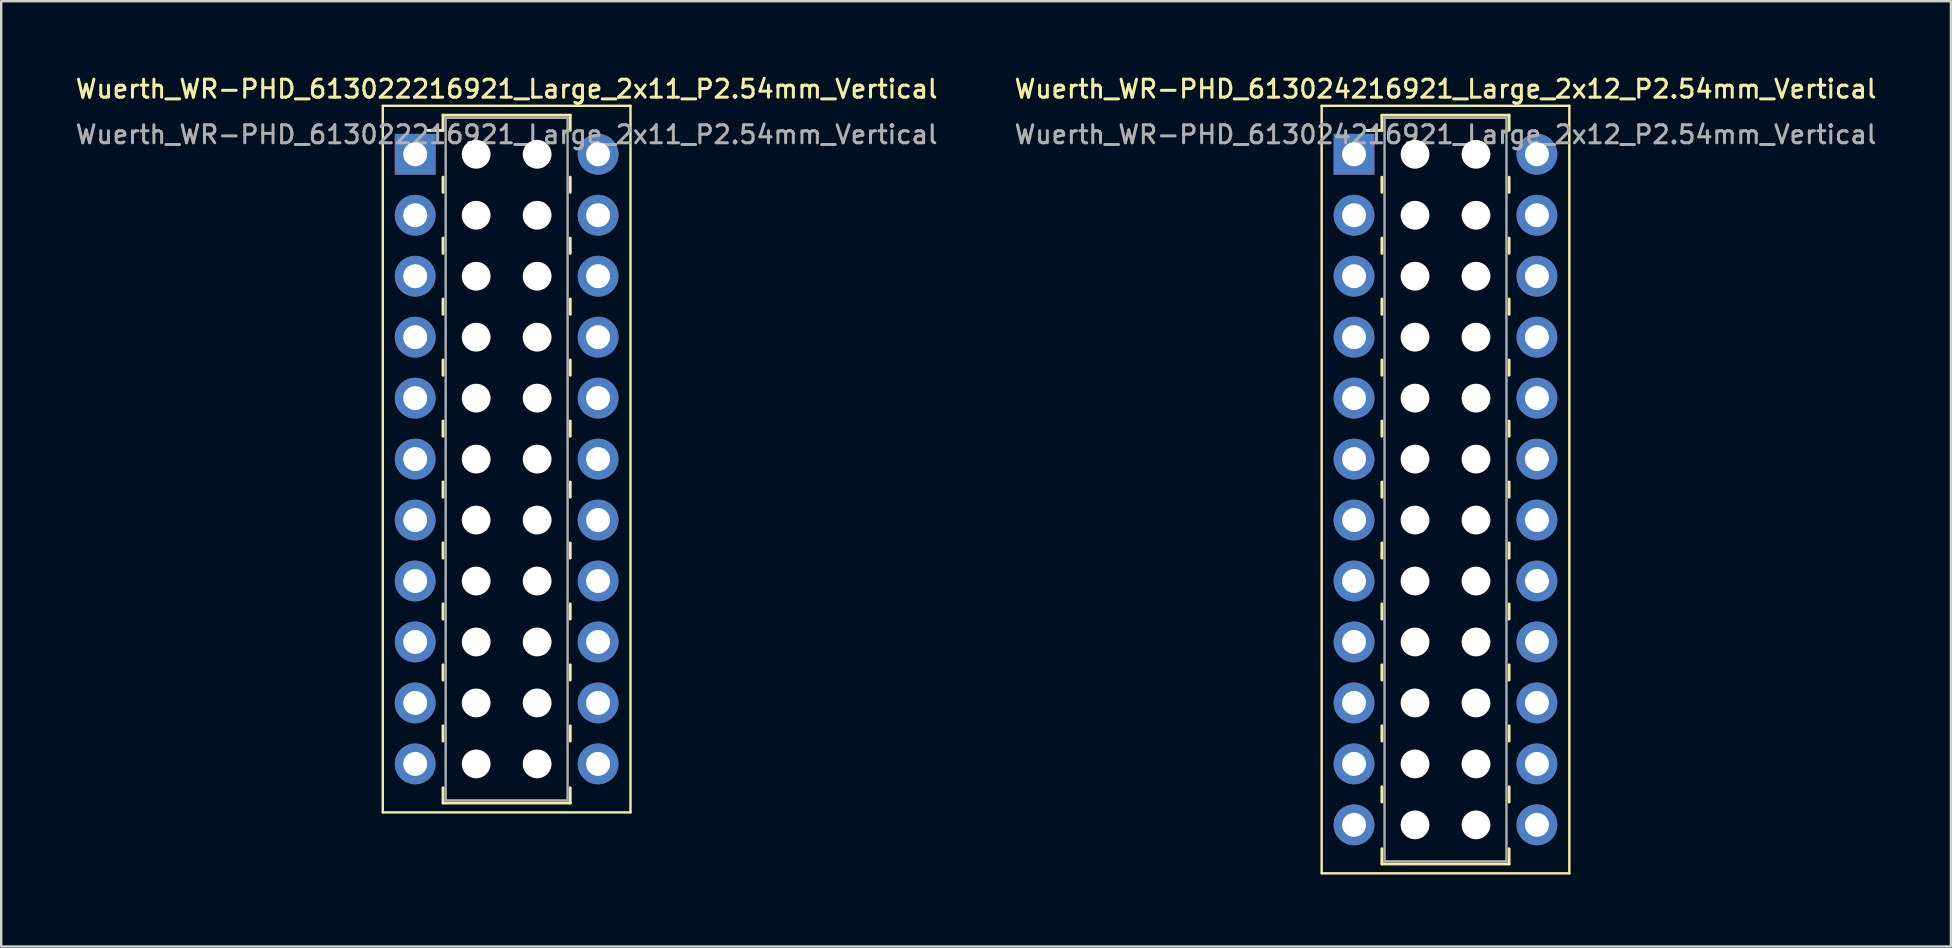
<source format=kicad_pcb>
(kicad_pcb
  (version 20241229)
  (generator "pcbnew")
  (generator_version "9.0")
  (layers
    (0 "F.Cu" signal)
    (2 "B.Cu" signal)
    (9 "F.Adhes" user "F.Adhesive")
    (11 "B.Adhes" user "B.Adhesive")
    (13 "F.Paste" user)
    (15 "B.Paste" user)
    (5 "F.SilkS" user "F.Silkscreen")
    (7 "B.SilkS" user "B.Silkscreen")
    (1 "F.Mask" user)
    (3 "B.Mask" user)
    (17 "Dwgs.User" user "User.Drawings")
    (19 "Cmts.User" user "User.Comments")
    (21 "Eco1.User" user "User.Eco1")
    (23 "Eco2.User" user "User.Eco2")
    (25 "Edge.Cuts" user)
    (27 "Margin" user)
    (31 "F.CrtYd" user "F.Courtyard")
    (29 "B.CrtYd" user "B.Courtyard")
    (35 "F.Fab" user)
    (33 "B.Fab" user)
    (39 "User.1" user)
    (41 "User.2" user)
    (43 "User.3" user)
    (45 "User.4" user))
  (footprint "Wuerth_WR-PHD_613022216921_Large_2x11_P2.54mm_Vertical"
    (layer "F.Cu")
    (at 14.249 3.378)
    (property "Reference" "Wuerth_WR-PHD_613022216921_Large_2x11_P2.54mm_Vertical" (at 3.81 -2.72 0) (layer "F.SilkS") (effects (font (size 0.75 0.75) (thickness 0.125))))
    (attr through_hole)
    (fp_line (start -1.35 -2.02) (end -1.35 27.42) (stroke (width 0.1) (type solid)) (layer "F.SilkS"))
    (fp_line (start -1.35 27.42) (end 8.97 27.42) (stroke (width 0.1) (type solid)) (layer "F.SilkS"))
    (fp_line (start 1.16 -1.63) (end 1.16 -0.995) (stroke (width 0.12) (type solid)) (layer "F.SilkS"))
    (fp_line (start 1.16 -1.63) (end 6.46 -1.63) (stroke (width 0.12) (type solid)) (layer "F.SilkS"))
    (fp_line (start 1.16 -0.995) (end 0.525 -0.995) (stroke (width 0.12) (type solid)) (layer "F.SilkS"))
    (fp_line (start 1.16 0.953) (end 1.16 1.587) (stroke (width 0.12) (type solid)) (layer "F.SilkS"))
    (fp_line (start 1.16 3.493) (end 1.16 4.128) (stroke (width 0.12) (type solid)) (layer "F.SilkS"))
    (fp_line (start 1.16 6.032) (end 1.16 6.668) (stroke (width 0.12) (type solid)) (layer "F.SilkS"))
    (fp_line (start 1.16 8.572) (end 1.16 9.207) (stroke (width 0.12) (type solid)) (layer "F.SilkS"))
    (fp_line (start 1.16 11.113) (end 1.16 11.748) (stroke (width 0.12) (type solid)) (layer "F.SilkS"))
    (fp_line (start 1.16 13.652) (end 1.16 14.287) (stroke (width 0.12) (type solid)) (layer "F.SilkS"))
    (fp_line (start 1.16 16.192) (end 1.16 16.828) (stroke (width 0.12) (type solid)) (layer "F.SilkS"))
    (fp_line (start 1.16 18.733) (end 1.16 19.367) (stroke (width 0.12) (type solid)) (layer "F.SilkS"))
    (fp_line (start 1.16 21.273) (end 1.16 21.907) (stroke (width 0.12) (type solid)) (layer "F.SilkS"))
    (fp_line (start 1.16 23.812) (end 1.16 24.448) (stroke (width 0.12) (type solid)) (layer "F.SilkS"))
    (fp_line (start 1.16 27.03) (end 1.16 26.395) (stroke (width 0.12) (type solid)) (layer "F.SilkS"))
    (fp_line (start 1.16 27.03) (end 6.46 27.03) (stroke (width 0.12) (type solid)) (layer "F.SilkS"))
    (fp_line (start 6.46 -1.63) (end 6.46 -0.995) (stroke (width 0.12) (type solid)) (layer "F.SilkS"))
    (fp_line (start 6.46 0.953) (end 6.46 1.587) (stroke (width 0.12) (type solid)) (layer "F.SilkS"))
    (fp_line (start 6.46 3.493) (end 6.46 4.128) (stroke (width 0.12) (type solid)) (layer "F.SilkS"))
    (fp_line (start 6.46 6.032) (end 6.46 6.668) (stroke (width 0.12) (type solid)) (layer "F.SilkS"))
    (fp_line (start 6.46 8.572) (end 6.46 9.207) (stroke (width 0.12) (type solid)) (layer "F.SilkS"))
    (fp_line (start 6.46 11.113) (end 6.46 11.748) (stroke (width 0.12) (type solid)) (layer "F.SilkS"))
    (fp_line (start 6.46 13.652) (end 6.46 14.287) (stroke (width 0.12) (type solid)) (layer "F.SilkS"))
    (fp_line (start 6.46 16.192) (end 6.46 16.828) (stroke (width 0.12) (type solid)) (layer "F.SilkS"))
    (fp_line (start 6.46 18.733) (end 6.46 19.367) (stroke (width 0.12) (type solid)) (layer "F.SilkS"))
    (fp_line (start 6.46 21.273) (end 6.46 21.907) (stroke (width 0.12) (type solid)) (layer "F.SilkS"))
    (fp_line (start 6.46 23.812) (end 6.46 24.448) (stroke (width 0.12) (type solid)) (layer "F.SilkS"))
    (fp_line (start 6.46 27.03) (end 6.46 26.395) (stroke (width 0.12) (type solid)) (layer "F.SilkS"))
    (fp_line (start 8.97 -2.02) (end -1.35 -2.02) (stroke (width 0.1) (type solid)) (layer "F.SilkS"))
    (fp_line (start 8.97 27.42) (end 8.97 -2.02) (stroke (width 0.1) (type solid)) (layer "F.SilkS"))
    (fp_line (start 1.27 -1.52) (end 1.27 26.92) (stroke (width 0.1) (type solid)) (layer "F.Fab"))
    (fp_line (start 1.27 26.92) (end 6.35 26.92) (stroke (width 0.1) (type solid)) (layer "F.Fab"))
    (fp_line (start 6.35 -1.52) (end 1.27 -1.52) (stroke (width 0.1) (type solid)) (layer "F.Fab"))
    (fp_line (start 6.35 26.92) (end 6.35 -1.52) (stroke (width 0.1) (type solid)) (layer "F.Fab"))
    (fp_text user "${REFERENCE}" (at 3.81 -0.82 0) (layer "F.Fab") (effects (font (size 0.75 0.75) (thickness 0.125))))
    (pad "" np_thru_hole circle (at 2.54 0) (size 1.2 1.2) (drill 1.2) (layers "*.Cu" "*.Mask"))
    (pad "" np_thru_hole circle (at 2.54 2.54) (size 1.2 1.2) (drill 1.2) (layers "*.Cu" "*.Mask"))
    (pad "" np_thru_hole circle (at 2.54 5.08) (size 1.2 1.2) (drill 1.2) (layers "*.Cu" "*.Mask"))
    (pad "" np_thru_hole circle (at 2.54 7.62) (size 1.2 1.2) (drill 1.2) (layers "*.Cu" "*.Mask"))
    (pad "" np_thru_hole circle (at 2.54 10.16) (size 1.2 1.2) (drill 1.2) (layers "*.Cu" "*.Mask"))
    (pad "" np_thru_hole circle (at 2.54 12.7) (size 1.2 1.2) (drill 1.2) (layers "*.Cu" "*.Mask"))
    (pad "" np_thru_hole circle (at 2.54 15.24) (size 1.2 1.2) (drill 1.2) (layers "*.Cu" "*.Mask"))
    (pad "" np_thru_hole circle (at 2.54 17.78) (size 1.2 1.2) (drill 1.2) (layers "*.Cu" "*.Mask"))
    (pad "" np_thru_hole circle (at 2.54 20.32) (size 1.2 1.2) (drill 1.2) (layers "*.Cu" "*.Mask"))
    (pad "" np_thru_hole circle (at 2.54 22.86) (size 1.2 1.2) (drill 1.2) (layers "*.Cu" "*.Mask"))
    (pad "" np_thru_hole circle (at 2.54 25.4) (size 1.2 1.2) (drill 1.2) (layers "*.Cu" "*.Mask"))
    (pad "" np_thru_hole circle (at 5.08 0) (size 1.2 1.2) (drill 1.2) (layers "*.Cu" "*.Mask"))
    (pad "" np_thru_hole circle (at 5.08 2.54) (size 1.2 1.2) (drill 1.2) (layers "*.Cu" "*.Mask"))
    (pad "" np_thru_hole circle (at 5.08 5.08) (size 1.2 1.2) (drill 1.2) (layers "*.Cu" "*.Mask"))
    (pad "" np_thru_hole circle (at 5.08 7.62) (size 1.2 1.2) (drill 1.2) (layers "*.Cu" "*.Mask"))
    (pad "" np_thru_hole circle (at 5.08 10.16) (size 1.2 1.2) (drill 1.2) (layers "*.Cu" "*.Mask"))
    (pad "" np_thru_hole circle (at 5.08 12.7) (size 1.2 1.2) (drill 1.2) (layers "*.Cu" "*.Mask"))
    (pad "" np_thru_hole circle (at 5.08 15.24) (size 1.2 1.2) (drill 1.2) (layers "*.Cu" "*.Mask"))
    (pad "" np_thru_hole circle (at 5.08 17.78) (size 1.2 1.2) (drill 1.2) (layers "*.Cu" "*.Mask"))
    (pad "" np_thru_hole circle (at 5.08 20.32) (size 1.2 1.2) (drill 1.2) (layers "*.Cu" "*.Mask"))
    (pad "" np_thru_hole circle (at 5.08 22.86) (size 1.2 1.2) (drill 1.2) (layers "*.Cu" "*.Mask"))
    (pad "" np_thru_hole circle (at 5.08 25.4) (size 1.2 1.2) (drill 1.2) (layers "*.Cu" "*.Mask"))
    (pad "1" thru_hole rect (at 0 0) (size 1.7 1.7) (drill 1) (layers "*.Cu" "*.Mask"))
    (pad "2" thru_hole circle (at 7.62 0) (size 1.7 1.7) (drill 1) (layers "*.Cu" "*.Mask"))
    (pad "3" thru_hole circle (at 0 2.54) (size 1.7 1.7) (drill 1) (layers "*.Cu" "*.Mask"))
    (pad "4" thru_hole circle (at 7.62 2.54) (size 1.7 1.7) (drill 1) (layers "*.Cu" "*.Mask"))
    (pad "5" thru_hole circle (at 0 5.08) (size 1.7 1.7) (drill 1) (layers "*.Cu" "*.Mask"))
    (pad "6" thru_hole circle (at 7.62 5.08) (size 1.7 1.7) (drill 1) (layers "*.Cu" "*.Mask"))
    (pad "7" thru_hole circle (at 0 7.62) (size 1.7 1.7) (drill 1) (layers "*.Cu" "*.Mask"))
    (pad "8" thru_hole circle (at 7.62 7.62) (size 1.7 1.7) (drill 1) (layers "*.Cu" "*.Mask"))
    (pad "9" thru_hole circle (at 0 10.16) (size 1.7 1.7) (drill 1) (layers "*.Cu" "*.Mask"))
    (pad "10" thru_hole circle (at 7.62 10.16) (size 1.7 1.7) (drill 1) (layers "*.Cu" "*.Mask"))
    (pad "11" thru_hole circle (at 0 12.7) (size 1.7 1.7) (drill 1) (layers "*.Cu" "*.Mask"))
    (pad "12" thru_hole circle (at 7.62 12.7) (size 1.7 1.7) (drill 1) (layers "*.Cu" "*.Mask"))
    (pad "13" thru_hole circle (at 0 15.24) (size 1.7 1.7) (drill 1) (layers "*.Cu" "*.Mask"))
    (pad "14" thru_hole circle (at 7.62 15.24) (size 1.7 1.7) (drill 1) (layers "*.Cu" "*.Mask"))
    (pad "15" thru_hole circle (at 0 17.78) (size 1.7 1.7) (drill 1) (layers "*.Cu" "*.Mask"))
    (pad "16" thru_hole circle (at 7.62 17.78) (size 1.7 1.7) (drill 1) (layers "*.Cu" "*.Mask"))
    (pad "17" thru_hole circle (at 0 20.32) (size 1.7 1.7) (drill 1) (layers "*.Cu" "*.Mask"))
    (pad "18" thru_hole circle (at 7.62 20.32) (size 1.7 1.7) (drill 1) (layers "*.Cu" "*.Mask"))
    (pad "19" thru_hole circle (at 0 22.86) (size 1.7 1.7) (drill 1) (layers "*.Cu" "*.Mask"))
    (pad "20" thru_hole circle (at 7.62 22.86) (size 1.7 1.7) (drill 1) (layers "*.Cu" "*.Mask"))
    (pad "21" thru_hole circle (at 0 25.4) (size 1.7 1.7) (drill 1) (layers "*.Cu" "*.Mask"))
    (pad "22" thru_hole circle (at 7.62 25.4) (size 1.7 1.7) (drill 1) (layers "*.Cu" "*.Mask")))
  (footprint "Wuerth_WR-PHD_613024216921_Large_2x12_P2.54mm_Vertical"
    (layer "F.Cu")
    (at 53.367 3.378)
    (property "Reference" "Wuerth_WR-PHD_613024216921_Large_2x12_P2.54mm_Vertical" (at 3.81 -2.72 0) (layer "F.SilkS") (effects (font (size 0.75 0.75) (thickness 0.125))))
    (attr through_hole)
    (fp_line (start -1.35 -2.02) (end -1.35 29.96) (stroke (width 0.1) (type solid)) (layer "F.SilkS"))
    (fp_line (start -1.35 29.96) (end 8.97 29.96) (stroke (width 0.1) (type solid)) (layer "F.SilkS"))
    (fp_line (start 1.16 -1.63) (end 1.16 -0.995) (stroke (width 0.12) (type solid)) (layer "F.SilkS"))
    (fp_line (start 1.16 -1.63) (end 6.46 -1.63) (stroke (width 0.12) (type solid)) (layer "F.SilkS"))
    (fp_line (start 1.16 -0.995) (end 0.525 -0.995) (stroke (width 0.12) (type solid)) (layer "F.SilkS"))
    (fp_line (start 1.16 0.953) (end 1.16 1.587) (stroke (width 0.12) (type solid)) (layer "F.SilkS"))
    (fp_line (start 1.16 3.493) (end 1.16 4.128) (stroke (width 0.12) (type solid)) (layer "F.SilkS"))
    (fp_line (start 1.16 6.032) (end 1.16 6.668) (stroke (width 0.12) (type solid)) (layer "F.SilkS"))
    (fp_line (start 1.16 8.572) (end 1.16 9.207) (stroke (width 0.12) (type solid)) (layer "F.SilkS"))
    (fp_line (start 1.16 11.113) (end 1.16 11.748) (stroke (width 0.12) (type solid)) (layer "F.SilkS"))
    (fp_line (start 1.16 13.652) (end 1.16 14.287) (stroke (width 0.12) (type solid)) (layer "F.SilkS"))
    (fp_line (start 1.16 16.192) (end 1.16 16.828) (stroke (width 0.12) (type solid)) (layer "F.SilkS"))
    (fp_line (start 1.16 18.733) (end 1.16 19.367) (stroke (width 0.12) (type solid)) (layer "F.SilkS"))
    (fp_line (start 1.16 21.273) (end 1.16 21.907) (stroke (width 0.12) (type solid)) (layer "F.SilkS"))
    (fp_line (start 1.16 23.812) (end 1.16 24.448) (stroke (width 0.12) (type solid)) (layer "F.SilkS"))
    (fp_line (start 1.16 26.352) (end 1.16 26.988) (stroke (width 0.12) (type solid)) (layer "F.SilkS"))
    (fp_line (start 1.16 29.57) (end 1.16 28.935) (stroke (width 0.12) (type solid)) (layer "F.SilkS"))
    (fp_line (start 1.16 29.57) (end 6.46 29.57) (stroke (width 0.12) (type solid)) (layer "F.SilkS"))
    (fp_line (start 6.46 -1.63) (end 6.46 -0.995) (stroke (width 0.12) (type solid)) (layer "F.SilkS"))
    (fp_line (start 6.46 0.953) (end 6.46 1.587) (stroke (width 0.12) (type solid)) (layer "F.SilkS"))
    (fp_line (start 6.46 3.493) (end 6.46 4.128) (stroke (width 0.12) (type solid)) (layer "F.SilkS"))
    (fp_line (start 6.46 6.032) (end 6.46 6.668) (stroke (width 0.12) (type solid)) (layer "F.SilkS"))
    (fp_line (start 6.46 8.572) (end 6.46 9.207) (stroke (width 0.12) (type solid)) (layer "F.SilkS"))
    (fp_line (start 6.46 11.113) (end 6.46 11.748) (stroke (width 0.12) (type solid)) (layer "F.SilkS"))
    (fp_line (start 6.46 13.652) (end 6.46 14.287) (stroke (width 0.12) (type solid)) (layer "F.SilkS"))
    (fp_line (start 6.46 16.192) (end 6.46 16.828) (stroke (width 0.12) (type solid)) (layer "F.SilkS"))
    (fp_line (start 6.46 18.733) (end 6.46 19.367) (stroke (width 0.12) (type solid)) (layer "F.SilkS"))
    (fp_line (start 6.46 21.273) (end 6.46 21.907) (stroke (width 0.12) (type solid)) (layer "F.SilkS"))
    (fp_line (start 6.46 23.812) (end 6.46 24.448) (stroke (width 0.12) (type solid)) (layer "F.SilkS"))
    (fp_line (start 6.46 26.352) (end 6.46 26.988) (stroke (width 0.12) (type solid)) (layer "F.SilkS"))
    (fp_line (start 6.46 29.57) (end 6.46 28.935) (stroke (width 0.12) (type solid)) (layer "F.SilkS"))
    (fp_line (start 8.97 -2.02) (end -1.35 -2.02) (stroke (width 0.1) (type solid)) (layer "F.SilkS"))
    (fp_line (start 8.97 29.96) (end 8.97 -2.02) (stroke (width 0.1) (type solid)) (layer "F.SilkS"))
    (fp_line (start 1.27 -1.52) (end 1.27 29.46) (stroke (width 0.1) (type solid)) (layer "F.Fab"))
    (fp_line (start 1.27 29.46) (end 6.35 29.46) (stroke (width 0.1) (type solid)) (layer "F.Fab"))
    (fp_line (start 6.35 -1.52) (end 1.27 -1.52) (stroke (width 0.1) (type solid)) (layer "F.Fab"))
    (fp_line (start 6.35 29.46) (end 6.35 -1.52) (stroke (width 0.1) (type solid)) (layer "F.Fab"))
    (fp_text user "${REFERENCE}" (at 3.81 -0.82 0) (layer "F.Fab") (effects (font (size 0.75 0.75) (thickness 0.125))))
    (pad "" np_thru_hole circle (at 2.54 0) (size 1.2 1.2) (drill 1.2) (layers "*.Cu" "*.Mask"))
    (pad "" np_thru_hole circle (at 2.54 2.54) (size 1.2 1.2) (drill 1.2) (layers "*.Cu" "*.Mask"))
    (pad "" np_thru_hole circle (at 2.54 5.08) (size 1.2 1.2) (drill 1.2) (layers "*.Cu" "*.Mask"))
    (pad "" np_thru_hole circle (at 2.54 7.62) (size 1.2 1.2) (drill 1.2) (layers "*.Cu" "*.Mask"))
    (pad "" np_thru_hole circle (at 2.54 10.16) (size 1.2 1.2) (drill 1.2) (layers "*.Cu" "*.Mask"))
    (pad "" np_thru_hole circle (at 2.54 12.7) (size 1.2 1.2) (drill 1.2) (layers "*.Cu" "*.Mask"))
    (pad "" np_thru_hole circle (at 2.54 15.24) (size 1.2 1.2) (drill 1.2) (layers "*.Cu" "*.Mask"))
    (pad "" np_thru_hole circle (at 2.54 17.78) (size 1.2 1.2) (drill 1.2) (layers "*.Cu" "*.Mask"))
    (pad "" np_thru_hole circle (at 2.54 20.32) (size 1.2 1.2) (drill 1.2) (layers "*.Cu" "*.Mask"))
    (pad "" np_thru_hole circle (at 2.54 22.86) (size 1.2 1.2) (drill 1.2) (layers "*.Cu" "*.Mask"))
    (pad "" np_thru_hole circle (at 2.54 25.4) (size 1.2 1.2) (drill 1.2) (layers "*.Cu" "*.Mask"))
    (pad "" np_thru_hole circle (at 2.54 27.94) (size 1.2 1.2) (drill 1.2) (layers "*.Cu" "*.Mask"))
    (pad "" np_thru_hole circle (at 5.08 0) (size 1.2 1.2) (drill 1.2) (layers "*.Cu" "*.Mask"))
    (pad "" np_thru_hole circle (at 5.08 2.54) (size 1.2 1.2) (drill 1.2) (layers "*.Cu" "*.Mask"))
    (pad "" np_thru_hole circle (at 5.08 5.08) (size 1.2 1.2) (drill 1.2) (layers "*.Cu" "*.Mask"))
    (pad "" np_thru_hole circle (at 5.08 7.62) (size 1.2 1.2) (drill 1.2) (layers "*.Cu" "*.Mask"))
    (pad "" np_thru_hole circle (at 5.08 10.16) (size 1.2 1.2) (drill 1.2) (layers "*.Cu" "*.Mask"))
    (pad "" np_thru_hole circle (at 5.08 12.7) (size 1.2 1.2) (drill 1.2) (layers "*.Cu" "*.Mask"))
    (pad "" np_thru_hole circle (at 5.08 15.24) (size 1.2 1.2) (drill 1.2) (layers "*.Cu" "*.Mask"))
    (pad "" np_thru_hole circle (at 5.08 17.78) (size 1.2 1.2) (drill 1.2) (layers "*.Cu" "*.Mask"))
    (pad "" np_thru_hole circle (at 5.08 20.32) (size 1.2 1.2) (drill 1.2) (layers "*.Cu" "*.Mask"))
    (pad "" np_thru_hole circle (at 5.08 22.86) (size 1.2 1.2) (drill 1.2) (layers "*.Cu" "*.Mask"))
    (pad "" np_thru_hole circle (at 5.08 25.4) (size 1.2 1.2) (drill 1.2) (layers "*.Cu" "*.Mask"))
    (pad "" np_thru_hole circle (at 5.08 27.94) (size 1.2 1.2) (drill 1.2) (layers "*.Cu" "*.Mask"))
    (pad "1" thru_hole rect (at 0 0) (size 1.7 1.7) (drill 1) (layers "*.Cu" "*.Mask"))
    (pad "2" thru_hole circle (at 7.62 0) (size 1.7 1.7) (drill 1) (layers "*.Cu" "*.Mask"))
    (pad "3" thru_hole circle (at 0 2.54) (size 1.7 1.7) (drill 1) (layers "*.Cu" "*.Mask"))
    (pad "4" thru_hole circle (at 7.62 2.54) (size 1.7 1.7) (drill 1) (layers "*.Cu" "*.Mask"))
    (pad "5" thru_hole circle (at 0 5.08) (size 1.7 1.7) (drill 1) (layers "*.Cu" "*.Mask"))
    (pad "6" thru_hole circle (at 7.62 5.08) (size 1.7 1.7) (drill 1) (layers "*.Cu" "*.Mask"))
    (pad "7" thru_hole circle (at 0 7.62) (size 1.7 1.7) (drill 1) (layers "*.Cu" "*.Mask"))
    (pad "8" thru_hole circle (at 7.62 7.62) (size 1.7 1.7) (drill 1) (layers "*.Cu" "*.Mask"))
    (pad "9" thru_hole circle (at 0 10.16) (size 1.7 1.7) (drill 1) (layers "*.Cu" "*.Mask"))
    (pad "10" thru_hole circle (at 7.62 10.16) (size 1.7 1.7) (drill 1) (layers "*.Cu" "*.Mask"))
    (pad "11" thru_hole circle (at 0 12.7) (size 1.7 1.7) (drill 1) (layers "*.Cu" "*.Mask"))
    (pad "12" thru_hole circle (at 7.62 12.7) (size 1.7 1.7) (drill 1) (layers "*.Cu" "*.Mask"))
    (pad "13" thru_hole circle (at 0 15.24) (size 1.7 1.7) (drill 1) (layers "*.Cu" "*.Mask"))
    (pad "14" thru_hole circle (at 7.62 15.24) (size 1.7 1.7) (drill 1) (layers "*.Cu" "*.Mask"))
    (pad "15" thru_hole circle (at 0 17.78) (size 1.7 1.7) (drill 1) (layers "*.Cu" "*.Mask"))
    (pad "16" thru_hole circle (at 7.62 17.78) (size 1.7 1.7) (drill 1) (layers "*.Cu" "*.Mask"))
    (pad "17" thru_hole circle (at 0 20.32) (size 1.7 1.7) (drill 1) (layers "*.Cu" "*.Mask"))
    (pad "18" thru_hole circle (at 7.62 20.32) (size 1.7 1.7) (drill 1) (layers "*.Cu" "*.Mask"))
    (pad "19" thru_hole circle (at 0 22.86) (size 1.7 1.7) (drill 1) (layers "*.Cu" "*.Mask"))
    (pad "20" thru_hole circle (at 7.62 22.86) (size 1.7 1.7) (drill 1) (layers "*.Cu" "*.Mask"))
    (pad "21" thru_hole circle (at 0 25.4) (size 1.7 1.7) (drill 1) (layers "*.Cu" "*.Mask"))
    (pad "22" thru_hole circle (at 7.62 25.4) (size 1.7 1.7) (drill 1) (layers "*.Cu" "*.Mask"))
    (pad "23" thru_hole circle (at 0 27.94) (size 1.7 1.7) (drill 1) (layers "*.Cu" "*.Mask"))
    (pad "24" thru_hole circle (at 7.62 27.94) (size 1.7 1.7) (drill 1) (layers "*.Cu" "*.Mask")))
  (gr_rect
    (start -3 -3)
    (end 78.236 36.388)
    (stroke (width 0.1) (type default))
    (fill no)
    (layer "Edge.Cuts")))
</source>
